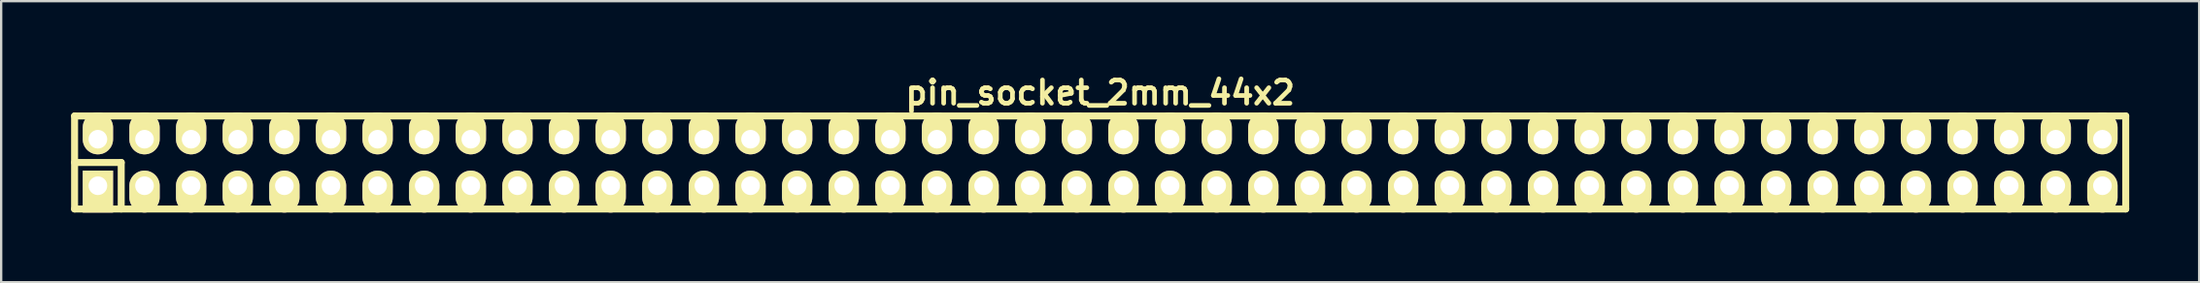
<source format=kicad_pcb>
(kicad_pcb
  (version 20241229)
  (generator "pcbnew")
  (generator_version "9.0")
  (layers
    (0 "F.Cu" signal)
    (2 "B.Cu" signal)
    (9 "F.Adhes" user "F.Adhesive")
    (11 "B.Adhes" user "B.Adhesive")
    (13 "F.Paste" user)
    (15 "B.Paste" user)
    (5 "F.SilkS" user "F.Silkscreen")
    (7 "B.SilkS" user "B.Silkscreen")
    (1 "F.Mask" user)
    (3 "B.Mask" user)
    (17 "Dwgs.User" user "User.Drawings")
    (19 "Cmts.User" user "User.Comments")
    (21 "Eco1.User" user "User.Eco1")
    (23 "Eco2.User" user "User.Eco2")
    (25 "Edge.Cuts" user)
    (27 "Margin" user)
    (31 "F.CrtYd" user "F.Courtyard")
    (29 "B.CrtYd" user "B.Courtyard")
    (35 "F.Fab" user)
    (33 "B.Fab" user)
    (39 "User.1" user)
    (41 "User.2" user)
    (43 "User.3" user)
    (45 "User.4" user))
  (footprint "pin_socket_2mm_44x2"
    (layer "F.Cu")
    (at 44.15 3.936)
    (property "Reference" "pin_socket_2mm_44x2" (at 0 -3 0) (layer "F.SilkS") (effects (font (size 1 1) (thickness 0.2))))
    (attr through_hole)
    (fp_line (start -44 -2) (end 44 -2) (stroke (width 0.3) (type solid)) (layer "F.SilkS"))
    (fp_line (start -44 0) (end -42 0) (stroke (width 0.3) (type solid)) (layer "F.SilkS"))
    (fp_line (start -44 2) (end -44 -2) (stroke (width 0.3) (type solid)) (layer "F.SilkS"))
    (fp_line (start -42 0) (end -42 2) (stroke (width 0.3) (type solid)) (layer "F.SilkS"))
    (fp_line (start 44 -2) (end 44 2) (stroke (width 0.3) (type solid)) (layer "F.SilkS"))
    (fp_line (start 44 2) (end -44 2) (stroke (width 0.3) (type solid)) (layer "F.SilkS"))
    (pad "1" thru_hole rect (at -43 1) (size 1.3 1.8) (drill 0.8 (offset 0 0.25)) (layers "*.Cu" "*.Mask" "F.SilkS"))
    (pad "2" thru_hole oval (at -43 -1) (size 1.3 1.8) (drill 0.8 (offset 0 -0.25)) (layers "*.Cu" "*.Mask" "F.SilkS"))
    (pad "3" thru_hole oval (at -41 1) (size 1.3 1.8) (drill 0.8 (offset 0 0.25)) (layers "*.Cu" "*.Mask" "F.SilkS"))
    (pad "4" thru_hole oval (at -41 -1) (size 1.3 1.8) (drill 0.8 (offset 0 -0.25)) (layers "*.Cu" "*.Mask" "F.SilkS"))
    (pad "5" thru_hole oval (at -39 1) (size 1.3 1.8) (drill 0.8 (offset 0 0.25)) (layers "*.Cu" "*.Mask" "F.SilkS"))
    (pad "6" thru_hole oval (at -39 -1) (size 1.3 1.8) (drill 0.8 (offset 0 -0.25)) (layers "*.Cu" "*.Mask" "F.SilkS"))
    (pad "7" thru_hole oval (at -37 1) (size 1.3 1.8) (drill 0.8 (offset 0 0.25)) (layers "*.Cu" "*.Mask" "F.SilkS"))
    (pad "8" thru_hole oval (at -37 -1) (size 1.3 1.8) (drill 0.8 (offset 0 -0.25)) (layers "*.Cu" "*.Mask" "F.SilkS"))
    (pad "9" thru_hole oval (at -35 1) (size 1.3 1.8) (drill 0.8 (offset 0 0.25)) (layers "*.Cu" "*.Mask" "F.SilkS"))
    (pad "10" thru_hole oval (at -35 -1) (size 1.3 1.8) (drill 0.8 (offset 0 -0.25)) (layers "*.Cu" "*.Mask" "F.SilkS"))
    (pad "11" thru_hole oval (at -33 1) (size 1.3 1.8) (drill 0.8 (offset 0 0.25)) (layers "*.Cu" "*.Mask" "F.SilkS"))
    (pad "12" thru_hole oval (at -33 -1) (size 1.3 1.8) (drill 0.8 (offset 0 -0.25)) (layers "*.Cu" "*.Mask" "F.SilkS"))
    (pad "13" thru_hole oval (at -31 1) (size 1.3 1.8) (drill 0.8 (offset 0 0.25)) (layers "*.Cu" "*.Mask" "F.SilkS"))
    (pad "14" thru_hole oval (at -31 -1) (size 1.3 1.8) (drill 0.8 (offset 0 -0.25)) (layers "*.Cu" "*.Mask" "F.SilkS"))
    (pad "15" thru_hole oval (at -29 1) (size 1.3 1.8) (drill 0.8 (offset 0 0.25)) (layers "*.Cu" "*.Mask" "F.SilkS"))
    (pad "16" thru_hole oval (at -29 -1) (size 1.3 1.8) (drill 0.8 (offset 0 -0.25)) (layers "*.Cu" "*.Mask" "F.SilkS"))
    (pad "17" thru_hole oval (at -27 1) (size 1.3 1.8) (drill 0.8 (offset 0 0.25)) (layers "*.Cu" "*.Mask" "F.SilkS"))
    (pad "18" thru_hole oval (at -27 -1) (size 1.3 1.8) (drill 0.8 (offset 0 -0.25)) (layers "*.Cu" "*.Mask" "F.SilkS"))
    (pad "19" thru_hole oval (at -25 1) (size 1.3 1.8) (drill 0.8 (offset 0 0.25)) (layers "*.Cu" "*.Mask" "F.SilkS"))
    (pad "20" thru_hole oval (at -25 -1) (size 1.3 1.8) (drill 0.8 (offset 0 -0.25)) (layers "*.Cu" "*.Mask" "F.SilkS"))
    (pad "21" thru_hole oval (at -23 1) (size 1.3 1.8) (drill 0.8 (offset 0 0.25)) (layers "*.Cu" "*.Mask" "F.SilkS"))
    (pad "22" thru_hole oval (at -23 -1) (size 1.3 1.8) (drill 0.8 (offset 0 -0.25)) (layers "*.Cu" "*.Mask" "F.SilkS"))
    (pad "23" thru_hole oval (at -21 1) (size 1.3 1.8) (drill 0.8 (offset 0 0.25)) (layers "*.Cu" "*.Mask" "F.SilkS"))
    (pad "24" thru_hole oval (at -21 -1) (size 1.3 1.8) (drill 0.8 (offset 0 -0.25)) (layers "*.Cu" "*.Mask" "F.SilkS"))
    (pad "25" thru_hole oval (at -19 1) (size 1.3 1.8) (drill 0.8 (offset 0 0.25)) (layers "*.Cu" "*.Mask" "F.SilkS"))
    (pad "26" thru_hole oval (at -19 -1) (size 1.3 1.8) (drill 0.8 (offset 0 -0.25)) (layers "*.Cu" "*.Mask" "F.SilkS"))
    (pad "27" thru_hole oval (at -17 1) (size 1.3 1.8) (drill 0.8 (offset 0 0.25)) (layers "*.Cu" "*.Mask" "F.SilkS"))
    (pad "28" thru_hole oval (at -17 -1) (size 1.3 1.8) (drill 0.8 (offset 0 -0.25)) (layers "*.Cu" "*.Mask" "F.SilkS"))
    (pad "29" thru_hole oval (at -15 1) (size 1.3 1.8) (drill 0.8 (offset 0 0.25)) (layers "*.Cu" "*.Mask" "F.SilkS"))
    (pad "30" thru_hole oval (at -15 -1) (size 1.3 1.8) (drill 0.8 (offset 0 -0.25)) (layers "*.Cu" "*.Mask" "F.SilkS"))
    (pad "31" thru_hole oval (at -13 1) (size 1.3 1.8) (drill 0.8 (offset 0 0.25)) (layers "*.Cu" "*.Mask" "F.SilkS"))
    (pad "32" thru_hole oval (at -13 -1) (size 1.3 1.8) (drill 0.8 (offset 0 -0.25)) (layers "*.Cu" "*.Mask" "F.SilkS"))
    (pad "33" thru_hole oval (at -11 1) (size 1.3 1.8) (drill 0.8 (offset 0 0.25)) (layers "*.Cu" "*.Mask" "F.SilkS"))
    (pad "34" thru_hole oval (at -11 -1) (size 1.3 1.8) (drill 0.8 (offset 0 -0.25)) (layers "*.Cu" "*.Mask" "F.SilkS"))
    (pad "35" thru_hole oval (at -9 1) (size 1.3 1.8) (drill 0.8 (offset 0 0.25)) (layers "*.Cu" "*.Mask" "F.SilkS"))
    (pad "36" thru_hole oval (at -9 -1) (size 1.3 1.8) (drill 0.8 (offset 0 -0.25)) (layers "*.Cu" "*.Mask" "F.SilkS"))
    (pad "37" thru_hole oval (at -7 1) (size 1.3 1.8) (drill 0.8 (offset 0 0.25)) (layers "*.Cu" "*.Mask" "F.SilkS"))
    (pad "38" thru_hole oval (at -7 -1) (size 1.3 1.8) (drill 0.8 (offset 0 -0.25)) (layers "*.Cu" "*.Mask" "F.SilkS"))
    (pad "39" thru_hole oval (at -5 1) (size 1.3 1.8) (drill 0.8 (offset 0 0.25)) (layers "*.Cu" "*.Mask" "F.SilkS"))
    (pad "40" thru_hole oval (at -5 -1) (size 1.3 1.8) (drill 0.8 (offset 0 -0.25)) (layers "*.Cu" "*.Mask" "F.SilkS"))
    (pad "41" thru_hole oval (at -3 1) (size 1.3 1.8) (drill 0.8 (offset 0 0.25)) (layers "*.Cu" "*.Mask" "F.SilkS"))
    (pad "42" thru_hole oval (at -3 -1) (size 1.3 1.8) (drill 0.8 (offset 0 -0.25)) (layers "*.Cu" "*.Mask" "F.SilkS"))
    (pad "43" thru_hole oval (at -1 1) (size 1.3 1.8) (drill 0.8 (offset 0 0.25)) (layers "*.Cu" "*.Mask" "F.SilkS"))
    (pad "44" thru_hole oval (at -1 -1) (size 1.3 1.8) (drill 0.8 (offset 0 -0.25)) (layers "*.Cu" "*.Mask" "F.SilkS"))
    (pad "45" thru_hole oval (at 1 1) (size 1.3 1.8) (drill 0.8 (offset 0 0.25)) (layers "*.Cu" "*.Mask" "F.SilkS"))
    (pad "46" thru_hole oval (at 1 -1) (size 1.3 1.8) (drill 0.8 (offset 0 -0.25)) (layers "*.Cu" "*.Mask" "F.SilkS"))
    (pad "47" thru_hole oval (at 3 1) (size 1.3 1.8) (drill 0.8 (offset 0 0.25)) (layers "*.Cu" "*.Mask" "F.SilkS"))
    (pad "48" thru_hole oval (at 3 -1) (size 1.3 1.8) (drill 0.8 (offset 0 -0.25)) (layers "*.Cu" "*.Mask" "F.SilkS"))
    (pad "49" thru_hole oval (at 5 1) (size 1.3 1.8) (drill 0.8 (offset 0 0.25)) (layers "*.Cu" "*.Mask" "F.SilkS"))
    (pad "50" thru_hole oval (at 5 -1) (size 1.3 1.8) (drill 0.8 (offset 0 -0.25)) (layers "*.Cu" "*.Mask" "F.SilkS"))
    (pad "51" thru_hole oval (at 7 1) (size 1.3 1.8) (drill 0.8 (offset 0 0.25)) (layers "*.Cu" "*.Mask" "F.SilkS"))
    (pad "52" thru_hole oval (at 7 -1) (size 1.3 1.8) (drill 0.8 (offset 0 -0.25)) (layers "*.Cu" "*.Mask" "F.SilkS"))
    (pad "53" thru_hole oval (at 9 1) (size 1.3 1.8) (drill 0.8 (offset 0 0.25)) (layers "*.Cu" "*.Mask" "F.SilkS"))
    (pad "54" thru_hole oval (at 9 -1) (size 1.3 1.8) (drill 0.8 (offset 0 -0.25)) (layers "*.Cu" "*.Mask" "F.SilkS"))
    (pad "55" thru_hole oval (at 11 1) (size 1.3 1.8) (drill 0.8 (offset 0 0.25)) (layers "*.Cu" "*.Mask" "F.SilkS"))
    (pad "56" thru_hole oval (at 11 -1) (size 1.3 1.8) (drill 0.8 (offset 0 -0.25)) (layers "*.Cu" "*.Mask" "F.SilkS"))
    (pad "57" thru_hole oval (at 13 1) (size 1.3 1.8) (drill 0.8 (offset 0 0.25)) (layers "*.Cu" "*.Mask" "F.SilkS"))
    (pad "58" thru_hole oval (at 13 -1) (size 1.3 1.8) (drill 0.8 (offset 0 -0.25)) (layers "*.Cu" "*.Mask" "F.SilkS"))
    (pad "59" thru_hole oval (at 15 1) (size 1.3 1.8) (drill 0.8 (offset 0 0.25)) (layers "*.Cu" "*.Mask" "F.SilkS"))
    (pad "60" thru_hole oval (at 15 -1) (size 1.3 1.8) (drill 0.8 (offset 0 -0.25)) (layers "*.Cu" "*.Mask" "F.SilkS"))
    (pad "61" thru_hole oval (at 17 1) (size 1.3 1.8) (drill 0.8 (offset 0 0.25)) (layers "*.Cu" "*.Mask" "F.SilkS"))
    (pad "62" thru_hole oval (at 17 -1) (size 1.3 1.8) (drill 0.8 (offset 0 -0.25)) (layers "*.Cu" "*.Mask" "F.SilkS"))
    (pad "63" thru_hole oval (at 19 1) (size 1.3 1.8) (drill 0.8 (offset 0 0.25)) (layers "*.Cu" "*.Mask" "F.SilkS"))
    (pad "64" thru_hole oval (at 19 -1) (size 1.3 1.8) (drill 0.8 (offset 0 -0.25)) (layers "*.Cu" "*.Mask" "F.SilkS"))
    (pad "65" thru_hole oval (at 21 1) (size 1.3 1.8) (drill 0.8 (offset 0 0.25)) (layers "*.Cu" "*.Mask" "F.SilkS"))
    (pad "66" thru_hole oval (at 21 -1) (size 1.3 1.8) (drill 0.8 (offset 0 -0.25)) (layers "*.Cu" "*.Mask" "F.SilkS"))
    (pad "67" thru_hole oval (at 23 1) (size 1.3 1.8) (drill 0.8 (offset 0 0.25)) (layers "*.Cu" "*.Mask" "F.SilkS"))
    (pad "68" thru_hole oval (at 23 -1) (size 1.3 1.8) (drill 0.8 (offset 0 -0.25)) (layers "*.Cu" "*.Mask" "F.SilkS"))
    (pad "69" thru_hole oval (at 25 1) (size 1.3 1.8) (drill 0.8 (offset 0 0.25)) (layers "*.Cu" "*.Mask" "F.SilkS"))
    (pad "70" thru_hole oval (at 25 -1) (size 1.3 1.8) (drill 0.8 (offset 0 -0.25)) (layers "*.Cu" "*.Mask" "F.SilkS"))
    (pad "71" thru_hole oval (at 27 1) (size 1.3 1.8) (drill 0.8 (offset 0 0.25)) (layers "*.Cu" "*.Mask" "F.SilkS"))
    (pad "72" thru_hole oval (at 27 -1) (size 1.3 1.8) (drill 0.8 (offset 0 -0.25)) (layers "*.Cu" "*.Mask" "F.SilkS"))
    (pad "73" thru_hole oval (at 29 1) (size 1.3 1.8) (drill 0.8 (offset 0 0.25)) (layers "*.Cu" "*.Mask" "F.SilkS"))
    (pad "74" thru_hole oval (at 29 -1) (size 1.3 1.8) (drill 0.8 (offset 0 -0.25)) (layers "*.Cu" "*.Mask" "F.SilkS"))
    (pad "75" thru_hole oval (at 31 1) (size 1.3 1.8) (drill 0.8 (offset 0 0.25)) (layers "*.Cu" "*.Mask" "F.SilkS"))
    (pad "76" thru_hole oval (at 31 -1) (size 1.3 1.8) (drill 0.8 (offset 0 -0.25)) (layers "*.Cu" "*.Mask" "F.SilkS"))
    (pad "77" thru_hole oval (at 33 1) (size 1.3 1.8) (drill 0.8 (offset 0 0.25)) (layers "*.Cu" "*.Mask" "F.SilkS"))
    (pad "78" thru_hole oval (at 33 -1) (size 1.3 1.8) (drill 0.8 (offset 0 -0.25)) (layers "*.Cu" "*.Mask" "F.SilkS"))
    (pad "79" thru_hole oval (at 35 1) (size 1.3 1.8) (drill 0.8 (offset 0 0.25)) (layers "*.Cu" "*.Mask" "F.SilkS"))
    (pad "80" thru_hole oval (at 35 -1) (size 1.3 1.8) (drill 0.8 (offset 0 -0.25)) (layers "*.Cu" "*.Mask" "F.SilkS"))
    (pad "81" thru_hole oval (at 37 1) (size 1.3 1.8) (drill 0.8 (offset 0 0.25)) (layers "*.Cu" "*.Mask" "F.SilkS"))
    (pad "82" thru_hole oval (at 37 -1) (size 1.3 1.8) (drill 0.8 (offset 0 -0.25)) (layers "*.Cu" "*.Mask" "F.SilkS"))
    (pad "83" thru_hole oval (at 39 1) (size 1.3 1.8) (drill 0.8 (offset 0 0.25)) (layers "*.Cu" "*.Mask" "F.SilkS"))
    (pad "84" thru_hole oval (at 39 -1) (size 1.3 1.8) (drill 0.8 (offset 0 -0.25)) (layers "*.Cu" "*.Mask" "F.SilkS"))
    (pad "85" thru_hole oval (at 41 1) (size 1.3 1.8) (drill 0.8 (offset 0 0.25)) (layers "*.Cu" "*.Mask" "F.SilkS"))
    (pad "86" thru_hole oval (at 41 -1) (size 1.3 1.8) (drill 0.8 (offset 0 -0.25)) (layers "*.Cu" "*.Mask" "F.SilkS"))
    (pad "87" thru_hole oval (at 43 1) (size 1.3 1.8) (drill 0.8 (offset 0 0.25)) (layers "*.Cu" "*.Mask" "F.SilkS"))
    (pad "88" thru_hole oval (at 43 -1) (size 1.3 1.8) (drill 0.8 (offset 0 -0.25)) (layers "*.Cu" "*.Mask" "F.SilkS")))
  (gr_rect
    (start -3 -3)
    (end 91.3 9.086)
    (stroke (width 0.1) (type default))
    (fill no)
    (layer "Edge.Cuts")))
</source>
